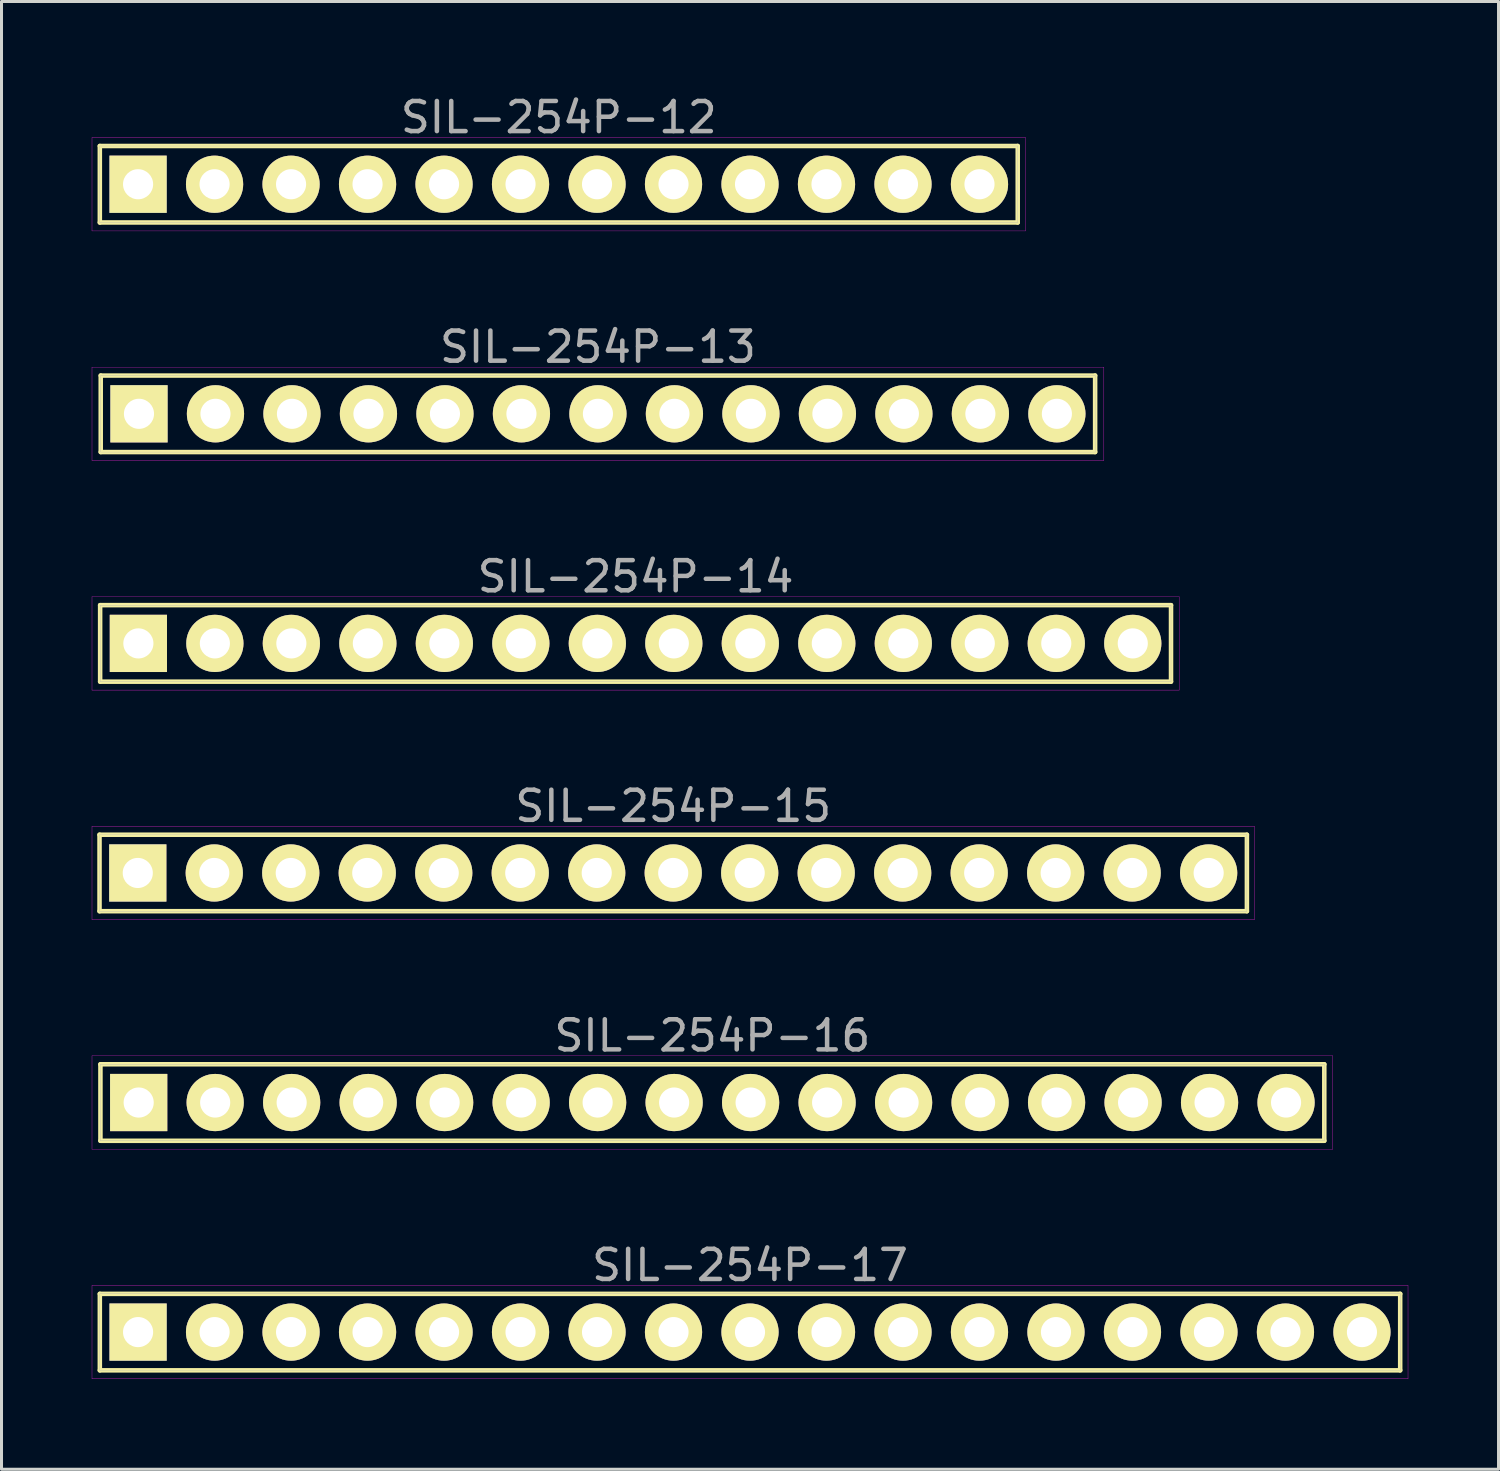
<source format=kicad_pcb>
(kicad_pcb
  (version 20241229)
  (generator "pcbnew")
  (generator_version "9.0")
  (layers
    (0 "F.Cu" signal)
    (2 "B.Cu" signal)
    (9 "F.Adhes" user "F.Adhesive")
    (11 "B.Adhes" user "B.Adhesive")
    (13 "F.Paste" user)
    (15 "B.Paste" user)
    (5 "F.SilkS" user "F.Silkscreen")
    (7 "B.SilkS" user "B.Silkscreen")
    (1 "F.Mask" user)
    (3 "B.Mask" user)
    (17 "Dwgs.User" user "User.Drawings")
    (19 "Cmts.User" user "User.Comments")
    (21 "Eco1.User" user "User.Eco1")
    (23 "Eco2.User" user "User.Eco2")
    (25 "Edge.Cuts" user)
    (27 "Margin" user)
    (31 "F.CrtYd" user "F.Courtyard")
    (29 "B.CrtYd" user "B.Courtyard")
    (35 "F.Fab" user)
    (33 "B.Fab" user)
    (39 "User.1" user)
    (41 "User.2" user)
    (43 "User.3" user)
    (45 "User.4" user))
  (footprint "SIL-254P-15"
    (layer "F.Cu")
    (at 19.305 25.938)
    (property "Reference" "SIL-254P-15" (at 0 -2.22 0) (layer "F.Fab") (effects (font (size 1 1) (thickness 0.15))))
    (attr through_hole)
    (fp_line (start -19.05 -1.27) (end 19.05 -1.27) (stroke (width 0.15) (type solid)) (layer "F.SilkS"))
    (fp_line (start -19.05 1.27) (end -19.05 -1.27) (stroke (width 0.15) (type solid)) (layer "F.SilkS"))
    (fp_line (start 19.05 -1.27) (end 19.05 1.27) (stroke (width 0.15) (type solid)) (layer "F.SilkS"))
    (fp_line (start 19.05 1.27) (end -19.05 1.27) (stroke (width 0.15) (type solid)) (layer "F.SilkS"))
    (fp_line (start -19.3 -1.55) (end 19.3 -1.55) (stroke (width 0.01) (type solid)) (layer "F.CrtYd"))
    (fp_line (start -19.3 1.55) (end -19.3 -1.55) (stroke (width 0.01) (type solid)) (layer "F.CrtYd"))
    (fp_line (start 19.3 -1.55) (end 19.3 1.55) (stroke (width 0.01) (type solid)) (layer "F.CrtYd"))
    (fp_line (start 19.3 1.55) (end -19.3 1.55) (stroke (width 0.01) (type solid)) (layer "F.CrtYd"))
    (fp_line (start -19.05 -1.27) (end 19.05 -1.27) (stroke (width 0.01) (type solid)) (layer "F.Fab"))
    (fp_line (start -19.05 1.27) (end -19.05 -1.27) (stroke (width 0.01) (type solid)) (layer "F.Fab"))
    (fp_line (start 19.05 -1.27) (end 19.05 1.27) (stroke (width 0.01) (type solid)) (layer "F.Fab"))
    (fp_line (start 19.05 1.27) (end -19.05 1.27) (stroke (width 0.01) (type solid)) (layer "F.Fab"))
    (pad "1" thru_hole rect (at -17.78 0) (size 1.9 1.9) (drill 1) (layers "*.Cu" "*.Mask" "F.SilkS"))
    (pad "2" thru_hole circle (at -15.24 0) (size 1.9 1.9) (drill 1) (layers "*.Cu" "*.Mask" "F.SilkS"))
    (pad "3" thru_hole circle (at -12.7 0) (size 1.9 1.9) (drill 1) (layers "*.Cu" "*.Mask" "F.SilkS"))
    (pad "4" thru_hole circle (at -10.16 0) (size 1.9 1.9) (drill 1) (layers "*.Cu" "*.Mask" "F.SilkS"))
    (pad "5" thru_hole circle (at -7.62 0) (size 1.9 1.9) (drill 1) (layers "*.Cu" "*.Mask" "F.SilkS"))
    (pad "6" thru_hole circle (at -5.08 0) (size 1.9 1.9) (drill 1) (layers "*.Cu" "*.Mask" "F.SilkS"))
    (pad "7" thru_hole circle (at -2.54 0) (size 1.9 1.9) (drill 1) (layers "*.Cu" "*.Mask" "F.SilkS"))
    (pad "8" thru_hole circle (at 0 0) (size 1.9 1.9) (drill 1) (layers "*.Cu" "*.Mask" "F.SilkS"))
    (pad "9" thru_hole circle (at 2.54 0) (size 1.9 1.9) (drill 1) (layers "*.Cu" "*.Mask" "F.SilkS"))
    (pad "10" thru_hole circle (at 5.08 0) (size 1.9 1.9) (drill 1) (layers "*.Cu" "*.Mask" "F.SilkS"))
    (pad "11" thru_hole circle (at 7.62 0) (size 1.9 1.9) (drill 1) (layers "*.Cu" "*.Mask" "F.SilkS"))
    (pad "12" thru_hole circle (at 10.16 0) (size 1.9 1.9) (drill 1) (layers "*.Cu" "*.Mask" "F.SilkS"))
    (pad "13" thru_hole circle (at 12.7 0) (size 1.9 1.9) (drill 1) (layers "*.Cu" "*.Mask" "F.SilkS"))
    (pad "14" thru_hole circle (at 15.24 0) (size 1.9 1.9) (drill 1) (layers "*.Cu" "*.Mask" "F.SilkS"))
    (pad "15" thru_hole circle (at 17.78 0) (size 1.9 1.9) (drill 1) (layers "*.Cu" "*.Mask" "F.SilkS")))
  (footprint "SIL-254P-16"
    (layer "F.Cu")
    (at 20.605 33.561)
    (property "Reference" "SIL-254P-16" (at 0 -2.22 0) (layer "F.Fab") (effects (font (size 1 1) (thickness 0.15))))
    (attr through_hole)
    (fp_line (start -20.32 -1.27) (end 20.32 -1.27) (stroke (width 0.15) (type solid)) (layer "F.SilkS"))
    (fp_line (start -20.32 1.27) (end -20.32 -1.27) (stroke (width 0.15) (type solid)) (layer "F.SilkS"))
    (fp_line (start 20.32 -1.27) (end 20.32 1.27) (stroke (width 0.15) (type solid)) (layer "F.SilkS"))
    (fp_line (start 20.32 1.27) (end -20.32 1.27) (stroke (width 0.15) (type solid)) (layer "F.SilkS"))
    (fp_line (start -20.6 -1.55) (end 20.6 -1.55) (stroke (width 0.01) (type solid)) (layer "F.CrtYd"))
    (fp_line (start -20.6 1.55) (end -20.6 -1.55) (stroke (width 0.01) (type solid)) (layer "F.CrtYd"))
    (fp_line (start 20.6 -1.55) (end 20.6 1.55) (stroke (width 0.01) (type solid)) (layer "F.CrtYd"))
    (fp_line (start 20.6 1.55) (end -20.6 1.55) (stroke (width 0.01) (type solid)) (layer "F.CrtYd"))
    (fp_line (start -20.32 -1.27) (end 20.32 -1.27) (stroke (width 0.01) (type solid)) (layer "F.Fab"))
    (fp_line (start -20.32 1.27) (end -20.32 -1.27) (stroke (width 0.01) (type solid)) (layer "F.Fab"))
    (fp_line (start 20.32 -1.27) (end 20.32 1.27) (stroke (width 0.01) (type solid)) (layer "F.Fab"))
    (fp_line (start 20.32 1.27) (end -20.32 1.27) (stroke (width 0.01) (type solid)) (layer "F.Fab"))
    (pad "1" thru_hole rect (at -19.05 0) (size 1.9 1.9) (drill 1) (layers "*.Cu" "*.Mask" "F.SilkS"))
    (pad "2" thru_hole circle (at -16.51 0) (size 1.9 1.9) (drill 1) (layers "*.Cu" "*.Mask" "F.SilkS"))
    (pad "3" thru_hole circle (at -13.97 0) (size 1.9 1.9) (drill 1) (layers "*.Cu" "*.Mask" "F.SilkS"))
    (pad "4" thru_hole circle (at -11.43 0) (size 1.9 1.9) (drill 1) (layers "*.Cu" "*.Mask" "F.SilkS"))
    (pad "5" thru_hole circle (at -8.89 0) (size 1.9 1.9) (drill 1) (layers "*.Cu" "*.Mask" "F.SilkS"))
    (pad "6" thru_hole circle (at -6.35 0) (size 1.9 1.9) (drill 1) (layers "*.Cu" "*.Mask" "F.SilkS"))
    (pad "7" thru_hole circle (at -3.81 0) (size 1.9 1.9) (drill 1) (layers "*.Cu" "*.Mask" "F.SilkS"))
    (pad "8" thru_hole circle (at -1.27 0) (size 1.9 1.9) (drill 1) (layers "*.Cu" "*.Mask" "F.SilkS"))
    (pad "9" thru_hole circle (at 1.27 0) (size 1.9 1.9) (drill 1) (layers "*.Cu" "*.Mask" "F.SilkS"))
    (pad "10" thru_hole circle (at 3.81 0) (size 1.9 1.9) (drill 1) (layers "*.Cu" "*.Mask" "F.SilkS"))
    (pad "11" thru_hole circle (at 6.35 0) (size 1.9 1.9) (drill 1) (layers "*.Cu" "*.Mask" "F.SilkS"))
    (pad "12" thru_hole circle (at 8.89 0) (size 1.9 1.9) (drill 1) (layers "*.Cu" "*.Mask" "F.SilkS"))
    (pad "13" thru_hole circle (at 11.43 0) (size 1.9 1.9) (drill 1) (layers "*.Cu" "*.Mask" "F.SilkS"))
    (pad "14" thru_hole circle (at 13.97 0) (size 1.9 1.9) (drill 1) (layers "*.Cu" "*.Mask" "F.SilkS"))
    (pad "15" thru_hole circle (at 16.51 0) (size 1.9 1.9) (drill 1) (layers "*.Cu" "*.Mask" "F.SilkS"))
    (pad "16" thru_hole circle (at 19.05 0) (size 1.9 1.9) (drill 1) (layers "*.Cu" "*.Mask" "F.SilkS")))
  (footprint "SIL-254P-13"
    (layer "F.Cu")
    (at 16.805 10.691)
    (property "Reference" "SIL-254P-13" (at 0 -2.22 0) (layer "F.Fab") (effects (font (size 1 1) (thickness 0.15))))
    (attr through_hole)
    (fp_line (start -16.51 -1.27) (end 16.51 -1.27) (stroke (width 0.15) (type solid)) (layer "F.SilkS"))
    (fp_line (start -16.51 1.27) (end -16.51 -1.27) (stroke (width 0.15) (type solid)) (layer "F.SilkS"))
    (fp_line (start 16.51 -1.27) (end 16.51 1.27) (stroke (width 0.15) (type solid)) (layer "F.SilkS"))
    (fp_line (start 16.51 1.27) (end -16.51 1.27) (stroke (width 0.15) (type solid)) (layer "F.SilkS"))
    (fp_line (start -16.8 -1.55) (end 16.8 -1.55) (stroke (width 0.01) (type solid)) (layer "F.CrtYd"))
    (fp_line (start -16.8 1.55) (end -16.8 -1.55) (stroke (width 0.01) (type solid)) (layer "F.CrtYd"))
    (fp_line (start 16.8 -1.55) (end 16.8 1.55) (stroke (width 0.01) (type solid)) (layer "F.CrtYd"))
    (fp_line (start 16.8 1.55) (end -16.8 1.55) (stroke (width 0.01) (type solid)) (layer "F.CrtYd"))
    (fp_line (start -16.51 -1.27) (end 16.51 -1.27) (stroke (width 0.01) (type solid)) (layer "F.Fab"))
    (fp_line (start -16.51 1.27) (end -16.51 -1.27) (stroke (width 0.01) (type solid)) (layer "F.Fab"))
    (fp_line (start 16.51 -1.27) (end 16.51 1.27) (stroke (width 0.01) (type solid)) (layer "F.Fab"))
    (fp_line (start 16.51 1.27) (end -16.51 1.27) (stroke (width 0.01) (type solid)) (layer "F.Fab"))
    (pad "1" thru_hole rect (at -15.24 0) (size 1.9 1.9) (drill 1) (layers "*.Cu" "*.Mask" "F.SilkS"))
    (pad "2" thru_hole circle (at -12.7 0) (size 1.9 1.9) (drill 1) (layers "*.Cu" "*.Mask" "F.SilkS"))
    (pad "3" thru_hole circle (at -10.16 0) (size 1.9 1.9) (drill 1) (layers "*.Cu" "*.Mask" "F.SilkS"))
    (pad "4" thru_hole circle (at -7.62 0) (size 1.9 1.9) (drill 1) (layers "*.Cu" "*.Mask" "F.SilkS"))
    (pad "5" thru_hole circle (at -5.08 0) (size 1.9 1.9) (drill 1) (layers "*.Cu" "*.Mask" "F.SilkS"))
    (pad "6" thru_hole circle (at -2.54 0) (size 1.9 1.9) (drill 1) (layers "*.Cu" "*.Mask" "F.SilkS"))
    (pad "7" thru_hole circle (at 0 0) (size 1.9 1.9) (drill 1) (layers "*.Cu" "*.Mask" "F.SilkS"))
    (pad "8" thru_hole circle (at 2.54 0) (size 1.9 1.9) (drill 1) (layers "*.Cu" "*.Mask" "F.SilkS"))
    (pad "9" thru_hole circle (at 5.08 0) (size 1.9 1.9) (drill 1) (layers "*.Cu" "*.Mask" "F.SilkS"))
    (pad "10" thru_hole circle (at 7.62 0) (size 1.9 1.9) (drill 1) (layers "*.Cu" "*.Mask" "F.SilkS"))
    (pad "11" thru_hole circle (at 10.16 0) (size 1.9 1.9) (drill 1) (layers "*.Cu" "*.Mask" "F.SilkS"))
    (pad "12" thru_hole circle (at 12.7 0) (size 1.9 1.9) (drill 1) (layers "*.Cu" "*.Mask" "F.SilkS"))
    (pad "13" thru_hole circle (at 15.24 0) (size 1.9 1.9) (drill 1) (layers "*.Cu" "*.Mask" "F.SilkS")))
  (footprint "SIL-254P-12"
    (layer "F.Cu")
    (at 15.505 3.068)
    (property "Reference" "SIL-254P-12" (at 0 -2.22 0) (layer "F.Fab") (effects (font (size 1 1) (thickness 0.15))))
    (attr through_hole)
    (fp_line (start -15.24 -1.27) (end 15.24 -1.27) (stroke (width 0.15) (type solid)) (layer "F.SilkS"))
    (fp_line (start -15.24 1.27) (end -15.24 -1.27) (stroke (width 0.15) (type solid)) (layer "F.SilkS"))
    (fp_line (start 15.24 -1.27) (end 15.24 1.27) (stroke (width 0.15) (type solid)) (layer "F.SilkS"))
    (fp_line (start 15.24 1.27) (end -15.24 1.27) (stroke (width 0.15) (type solid)) (layer "F.SilkS"))
    (fp_line (start -15.5 -1.55) (end 15.5 -1.55) (stroke (width 0.01) (type solid)) (layer "F.CrtYd"))
    (fp_line (start -15.5 1.55) (end -15.5 -1.55) (stroke (width 0.01) (type solid)) (layer "F.CrtYd"))
    (fp_line (start 15.5 -1.55) (end 15.5 1.55) (stroke (width 0.01) (type solid)) (layer "F.CrtYd"))
    (fp_line (start 15.5 1.55) (end -15.5 1.55) (stroke (width 0.01) (type solid)) (layer "F.CrtYd"))
    (fp_line (start -15.24 -1.27) (end 15.24 -1.27) (stroke (width 0.01) (type solid)) (layer "F.Fab"))
    (fp_line (start -15.24 1.27) (end -15.24 -1.27) (stroke (width 0.01) (type solid)) (layer "F.Fab"))
    (fp_line (start 15.24 -1.27) (end 15.24 1.27) (stroke (width 0.01) (type solid)) (layer "F.Fab"))
    (fp_line (start 15.24 1.27) (end -15.24 1.27) (stroke (width 0.01) (type solid)) (layer "F.Fab"))
    (pad "1" thru_hole rect (at -13.97 0) (size 1.9 1.9) (drill 1) (layers "*.Cu" "*.Mask" "F.SilkS"))
    (pad "2" thru_hole circle (at -11.43 0) (size 1.9 1.9) (drill 1) (layers "*.Cu" "*.Mask" "F.SilkS"))
    (pad "3" thru_hole circle (at -8.89 0) (size 1.9 1.9) (drill 1) (layers "*.Cu" "*.Mask" "F.SilkS"))
    (pad "4" thru_hole circle (at -6.35 0) (size 1.9 1.9) (drill 1) (layers "*.Cu" "*.Mask" "F.SilkS"))
    (pad "5" thru_hole circle (at -3.81 0) (size 1.9 1.9) (drill 1) (layers "*.Cu" "*.Mask" "F.SilkS"))
    (pad "6" thru_hole circle (at -1.27 0) (size 1.9 1.9) (drill 1) (layers "*.Cu" "*.Mask" "F.SilkS"))
    (pad "7" thru_hole circle (at 1.27 0) (size 1.9 1.9) (drill 1) (layers "*.Cu" "*.Mask" "F.SilkS"))
    (pad "8" thru_hole circle (at 3.81 0) (size 1.9 1.9) (drill 1) (layers "*.Cu" "*.Mask" "F.SilkS"))
    (pad "9" thru_hole circle (at 6.35 0) (size 1.9 1.9) (drill 1) (layers "*.Cu" "*.Mask" "F.SilkS"))
    (pad "10" thru_hole circle (at 8.89 0) (size 1.9 1.9) (drill 1) (layers "*.Cu" "*.Mask" "F.SilkS"))
    (pad "11" thru_hole circle (at 11.43 0) (size 1.9 1.9) (drill 1) (layers "*.Cu" "*.Mask" "F.SilkS"))
    (pad "12" thru_hole circle (at 13.97 0) (size 1.9 1.9) (drill 1) (layers "*.Cu" "*.Mask" "F.SilkS")))
  (footprint "SIL-254P-17"
    (layer "F.Cu")
    (at 21.855 41.184)
    (property "Reference" "SIL-254P-17" (at 0 -2.22 0) (layer "F.Fab") (effects (font (size 1 1) (thickness 0.15))))
    (attr through_hole)
    (fp_line (start -21.59 -1.27) (end 21.59 -1.27) (stroke (width 0.15) (type solid)) (layer "F.SilkS"))
    (fp_line (start -21.59 1.27) (end -21.59 -1.27) (stroke (width 0.15) (type solid)) (layer "F.SilkS"))
    (fp_line (start 21.59 -1.27) (end 21.59 1.27) (stroke (width 0.15) (type solid)) (layer "F.SilkS"))
    (fp_line (start 21.59 1.27) (end -21.59 1.27) (stroke (width 0.15) (type solid)) (layer "F.SilkS"))
    (fp_line (start -21.85 -1.55) (end 21.85 -1.55) (stroke (width 0.01) (type solid)) (layer "F.CrtYd"))
    (fp_line (start -21.85 1.55) (end -21.85 -1.55) (stroke (width 0.01) (type solid)) (layer "F.CrtYd"))
    (fp_line (start 21.85 -1.55) (end 21.85 1.55) (stroke (width 0.01) (type solid)) (layer "F.CrtYd"))
    (fp_line (start 21.85 1.55) (end -21.85 1.55) (stroke (width 0.01) (type solid)) (layer "F.CrtYd"))
    (fp_line (start -21.59 -1.27) (end 21.59 -1.27) (stroke (width 0.01) (type solid)) (layer "F.Fab"))
    (fp_line (start -21.59 1.27) (end -21.59 -1.27) (stroke (width 0.01) (type solid)) (layer "F.Fab"))
    (fp_line (start 21.59 -1.27) (end 21.59 1.27) (stroke (width 0.01) (type solid)) (layer "F.Fab"))
    (fp_line (start 21.59 1.27) (end -21.59 1.27) (stroke (width 0.01) (type solid)) (layer "F.Fab"))
    (pad "1" thru_hole rect (at -20.32 0) (size 1.9 1.9) (drill 1) (layers "*.Cu" "*.Mask" "F.SilkS"))
    (pad "2" thru_hole circle (at -17.78 0) (size 1.9 1.9) (drill 1) (layers "*.Cu" "*.Mask" "F.SilkS"))
    (pad "3" thru_hole circle (at -15.24 0) (size 1.9 1.9) (drill 1) (layers "*.Cu" "*.Mask" "F.SilkS"))
    (pad "4" thru_hole circle (at -12.7 0) (size 1.9 1.9) (drill 1) (layers "*.Cu" "*.Mask" "F.SilkS"))
    (pad "5" thru_hole circle (at -10.16 0) (size 1.9 1.9) (drill 1) (layers "*.Cu" "*.Mask" "F.SilkS"))
    (pad "6" thru_hole circle (at -7.62 0) (size 1.9 1.9) (drill 1) (layers "*.Cu" "*.Mask" "F.SilkS"))
    (pad "7" thru_hole circle (at -5.08 0) (size 1.9 1.9) (drill 1) (layers "*.Cu" "*.Mask" "F.SilkS"))
    (pad "8" thru_hole circle (at -2.54 0) (size 1.9 1.9) (drill 1) (layers "*.Cu" "*.Mask" "F.SilkS"))
    (pad "9" thru_hole circle (at 0 0) (size 1.9 1.9) (drill 1) (layers "*.Cu" "*.Mask" "F.SilkS"))
    (pad "10" thru_hole circle (at 2.54 0) (size 1.9 1.9) (drill 1) (layers "*.Cu" "*.Mask" "F.SilkS"))
    (pad "11" thru_hole circle (at 5.08 0) (size 1.9 1.9) (drill 1) (layers "*.Cu" "*.Mask" "F.SilkS"))
    (pad "12" thru_hole circle (at 7.62 0) (size 1.9 1.9) (drill 1) (layers "*.Cu" "*.Mask" "F.SilkS"))
    (pad "13" thru_hole circle (at 10.16 0) (size 1.9 1.9) (drill 1) (layers "*.Cu" "*.Mask" "F.SilkS"))
    (pad "14" thru_hole circle (at 12.7 0) (size 1.9 1.9) (drill 1) (layers "*.Cu" "*.Mask" "F.SilkS"))
    (pad "15" thru_hole circle (at 15.24 0) (size 1.9 1.9) (drill 1) (layers "*.Cu" "*.Mask" "F.SilkS"))
    (pad "16" thru_hole circle (at 17.78 0) (size 1.9 1.9) (drill 1) (layers "*.Cu" "*.Mask" "F.SilkS"))
    (pad "17" thru_hole circle (at 20.32 0) (size 1.9 1.9) (drill 1) (layers "*.Cu" "*.Mask" "F.SilkS")))
  (footprint "SIL-254P-14"
    (layer "F.Cu")
    (at 18.055 18.315)
    (property "Reference" "SIL-254P-14" (at 0 -2.22 0) (layer "F.Fab") (effects (font (size 1 1) (thickness 0.15))))
    (attr through_hole)
    (fp_line (start -17.78 -1.27) (end 17.78 -1.27) (stroke (width 0.15) (type solid)) (layer "F.SilkS"))
    (fp_line (start -17.78 1.27) (end -17.78 -1.27) (stroke (width 0.15) (type solid)) (layer "F.SilkS"))
    (fp_line (start 17.78 -1.27) (end 17.78 1.27) (stroke (width 0.15) (type solid)) (layer "F.SilkS"))
    (fp_line (start 17.78 1.27) (end -17.78 1.27) (stroke (width 0.15) (type solid)) (layer "F.SilkS"))
    (fp_line (start -18.05 -1.55) (end 18.05 -1.55) (stroke (width 0.01) (type solid)) (layer "F.CrtYd"))
    (fp_line (start -18.05 1.55) (end -18.05 -1.55) (stroke (width 0.01) (type solid)) (layer "F.CrtYd"))
    (fp_line (start 18.05 -1.55) (end 18.05 1.55) (stroke (width 0.01) (type solid)) (layer "F.CrtYd"))
    (fp_line (start 18.05 1.55) (end -18.05 1.55) (stroke (width 0.01) (type solid)) (layer "F.CrtYd"))
    (fp_line (start -17.78 -1.27) (end 17.78 -1.27) (stroke (width 0.01) (type solid)) (layer "F.Fab"))
    (fp_line (start -17.78 1.27) (end -17.78 -1.27) (stroke (width 0.01) (type solid)) (layer "F.Fab"))
    (fp_line (start 17.78 -1.27) (end 17.78 1.27) (stroke (width 0.01) (type solid)) (layer "F.Fab"))
    (fp_line (start 17.78 1.27) (end -17.78 1.27) (stroke (width 0.01) (type solid)) (layer "F.Fab"))
    (pad "1" thru_hole rect (at -16.51 0) (size 1.9 1.9) (drill 1) (layers "*.Cu" "*.Mask" "F.SilkS"))
    (pad "2" thru_hole circle (at -13.97 0) (size 1.9 1.9) (drill 1) (layers "*.Cu" "*.Mask" "F.SilkS"))
    (pad "3" thru_hole circle (at -11.43 0) (size 1.9 1.9) (drill 1) (layers "*.Cu" "*.Mask" "F.SilkS"))
    (pad "4" thru_hole circle (at -8.89 0) (size 1.9 1.9) (drill 1) (layers "*.Cu" "*.Mask" "F.SilkS"))
    (pad "5" thru_hole circle (at -6.35 0) (size 1.9 1.9) (drill 1) (layers "*.Cu" "*.Mask" "F.SilkS"))
    (pad "6" thru_hole circle (at -3.81 0) (size 1.9 1.9) (drill 1) (layers "*.Cu" "*.Mask" "F.SilkS"))
    (pad "7" thru_hole circle (at -1.27 0) (size 1.9 1.9) (drill 1) (layers "*.Cu" "*.Mask" "F.SilkS"))
    (pad "8" thru_hole circle (at 1.27 0) (size 1.9 1.9) (drill 1) (layers "*.Cu" "*.Mask" "F.SilkS"))
    (pad "9" thru_hole circle (at 3.81 0) (size 1.9 1.9) (drill 1) (layers "*.Cu" "*.Mask" "F.SilkS"))
    (pad "10" thru_hole circle (at 6.35 0) (size 1.9 1.9) (drill 1) (layers "*.Cu" "*.Mask" "F.SilkS"))
    (pad "11" thru_hole circle (at 8.89 0) (size 1.9 1.9) (drill 1) (layers "*.Cu" "*.Mask" "F.SilkS"))
    (pad "12" thru_hole circle (at 11.43 0) (size 1.9 1.9) (drill 1) (layers "*.Cu" "*.Mask" "F.SilkS"))
    (pad "13" thru_hole circle (at 13.97 0) (size 1.9 1.9) (drill 1) (layers "*.Cu" "*.Mask" "F.SilkS"))
    (pad "14" thru_hole circle (at 16.51 0) (size 1.9 1.9) (drill 1) (layers "*.Cu" "*.Mask" "F.SilkS")))
  (gr_rect
    (start -3 -3)
    (end 46.71 45.739)
    (stroke (width 0.1) (type default))
    (fill no)
    (layer "Edge.Cuts")))
</source>
